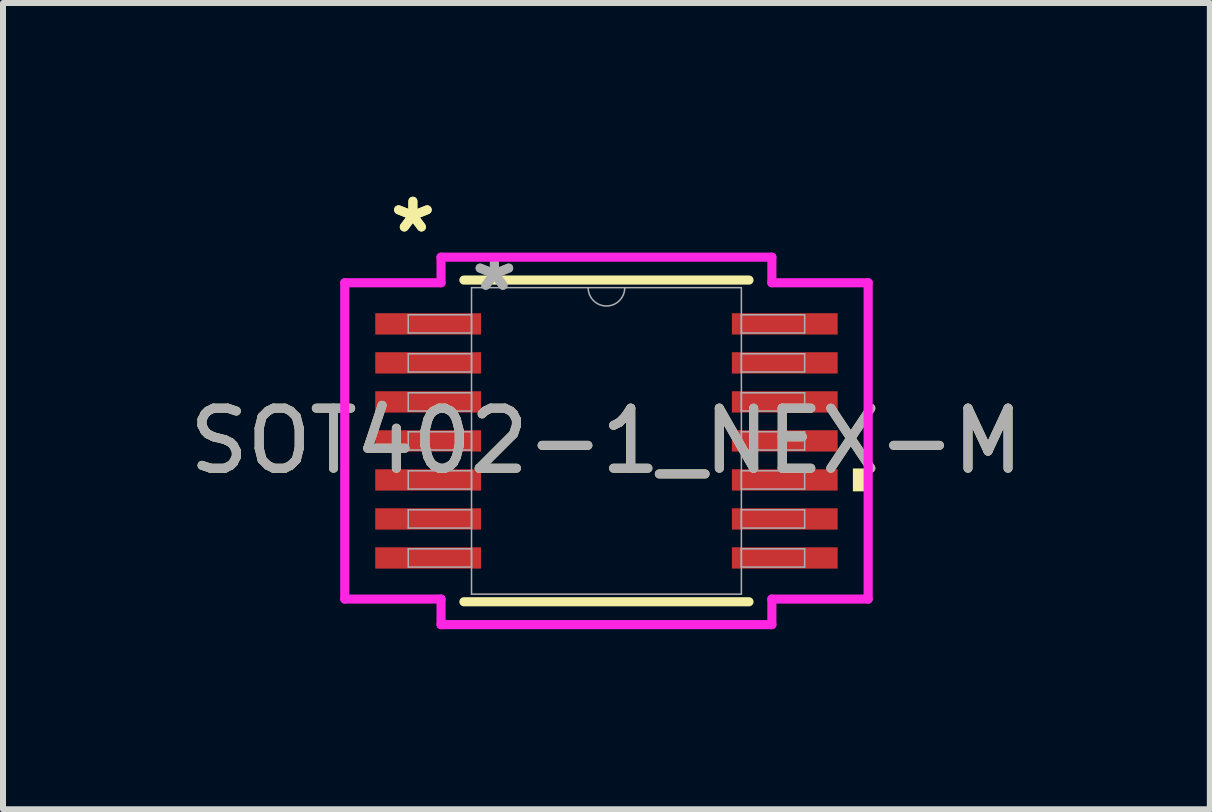
<source format=kicad_pcb>
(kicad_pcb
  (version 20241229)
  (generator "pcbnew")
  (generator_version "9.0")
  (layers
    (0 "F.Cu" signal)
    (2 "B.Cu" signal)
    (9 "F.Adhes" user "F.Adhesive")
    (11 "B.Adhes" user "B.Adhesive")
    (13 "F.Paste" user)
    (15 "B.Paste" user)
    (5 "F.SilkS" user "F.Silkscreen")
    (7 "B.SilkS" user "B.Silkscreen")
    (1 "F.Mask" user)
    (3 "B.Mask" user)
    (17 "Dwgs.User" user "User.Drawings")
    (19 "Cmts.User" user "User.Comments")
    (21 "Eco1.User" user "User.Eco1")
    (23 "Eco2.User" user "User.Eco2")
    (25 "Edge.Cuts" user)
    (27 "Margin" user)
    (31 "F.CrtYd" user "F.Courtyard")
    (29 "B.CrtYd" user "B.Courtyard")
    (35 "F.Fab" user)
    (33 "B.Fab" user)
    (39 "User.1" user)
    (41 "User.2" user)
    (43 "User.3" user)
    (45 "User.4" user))
  (footprint "SOT402-1_NEX-M"
    (layer "F.Cu")
    (at 7.054 4.296)
    (property "Reference" "SOT402-1_NEX-M" (at 0 0 0) (unlocked yes) (layer "F.SilkS") (effects (font (size 1 1) (thickness 0.15))))
    (attr smd)
    (fp_line (start -2.375 2.68) (end 2.375 2.68) (stroke (width 0.152) (type solid)) (layer "F.SilkS"))
    (fp_line (start 2.375 -2.68) (end -2.375 -2.68) (stroke (width 0.152) (type solid)) (layer "F.SilkS"))
    (fp_poly (pts (xy 4.36 0.459) (xy 4.36 0.84) (xy 4.106 0.84) (xy 4.106 0.459)) (stroke (width 0) (type solid)) (fill yes) (layer "F.SilkS"))
    (fp_line (start -4.36 -2.635) (end -2.756 -2.635) (stroke (width 0.152) (type solid)) (layer "F.CrtYd"))
    (fp_line (start -4.36 2.635) (end -4.36 -2.635) (stroke (width 0.152) (type solid)) (layer "F.CrtYd"))
    (fp_line (start -4.36 2.635) (end -2.756 2.635) (stroke (width 0.152) (type solid)) (layer "F.CrtYd"))
    (fp_line (start -2.756 -3.061) (end 2.756 -3.061) (stroke (width 0.152) (type solid)) (layer "F.CrtYd"))
    (fp_line (start -2.756 -2.635) (end -2.756 -3.061) (stroke (width 0.152) (type solid)) (layer "F.CrtYd"))
    (fp_line (start -2.756 3.061) (end -2.756 2.635) (stroke (width 0.152) (type solid)) (layer "F.CrtYd"))
    (fp_line (start 2.756 -3.061) (end 2.756 -2.635) (stroke (width 0.152) (type solid)) (layer "F.CrtYd"))
    (fp_line (start 2.756 2.635) (end 2.756 3.061) (stroke (width 0.152) (type solid)) (layer "F.CrtYd"))
    (fp_line (start 2.756 3.061) (end -2.756 3.061) (stroke (width 0.152) (type solid)) (layer "F.CrtYd"))
    (fp_line (start 4.36 -2.635) (end 2.756 -2.635) (stroke (width 0.152) (type solid)) (layer "F.CrtYd"))
    (fp_line (start 4.36 -2.635) (end 4.36 2.635) (stroke (width 0.152) (type solid)) (layer "F.CrtYd"))
    (fp_line (start 4.36 2.635) (end 2.756 2.635) (stroke (width 0.152) (type solid)) (layer "F.CrtYd"))
    (fp_line (start -3.302 -2.102) (end -3.302 -1.798) (stroke (width 0.025) (type solid)) (layer "F.Fab"))
    (fp_line (start -3.302 -1.798) (end -2.248 -1.798) (stroke (width 0.025) (type solid)) (layer "F.Fab"))
    (fp_line (start -3.302 -1.452) (end -3.302 -1.148) (stroke (width 0.025) (type solid)) (layer "F.Fab"))
    (fp_line (start -3.302 -1.148) (end -2.248 -1.148) (stroke (width 0.025) (type solid)) (layer "F.Fab"))
    (fp_line (start -3.302 -0.802) (end -3.302 -0.498) (stroke (width 0.025) (type solid)) (layer "F.Fab"))
    (fp_line (start -3.302 -0.498) (end -2.248 -0.498) (stroke (width 0.025) (type solid)) (layer "F.Fab"))
    (fp_line (start -3.302 -0.152) (end -3.302 0.152) (stroke (width 0.025) (type solid)) (layer "F.Fab"))
    (fp_line (start -3.302 0.152) (end -2.248 0.152) (stroke (width 0.025) (type solid)) (layer "F.Fab"))
    (fp_line (start -3.302 0.498) (end -3.302 0.802) (stroke (width 0.025) (type solid)) (layer "F.Fab"))
    (fp_line (start -3.302 0.802) (end -2.248 0.802) (stroke (width 0.025) (type solid)) (layer "F.Fab"))
    (fp_line (start -3.302 1.148) (end -3.302 1.452) (stroke (width 0.025) (type solid)) (layer "F.Fab"))
    (fp_line (start -3.302 1.452) (end -2.248 1.452) (stroke (width 0.025) (type solid)) (layer "F.Fab"))
    (fp_line (start -3.302 1.798) (end -3.302 2.102) (stroke (width 0.025) (type solid)) (layer "F.Fab"))
    (fp_line (start -3.302 2.102) (end -2.248 2.102) (stroke (width 0.025) (type solid)) (layer "F.Fab"))
    (fp_line (start -2.248 -2.553) (end -2.248 2.553) (stroke (width 0.025) (type solid)) (layer "F.Fab"))
    (fp_line (start -2.248 -2.102) (end -3.302 -2.102) (stroke (width 0.025) (type solid)) (layer "F.Fab"))
    (fp_line (start -2.248 -1.798) (end -2.248 -2.102) (stroke (width 0.025) (type solid)) (layer "F.Fab"))
    (fp_line (start -2.248 -1.452) (end -3.302 -1.452) (stroke (width 0.025) (type solid)) (layer "F.Fab"))
    (fp_line (start -2.248 -1.148) (end -2.248 -1.452) (stroke (width 0.025) (type solid)) (layer "F.Fab"))
    (fp_line (start -2.248 -0.802) (end -3.302 -0.802) (stroke (width 0.025) (type solid)) (layer "F.Fab"))
    (fp_line (start -2.248 -0.498) (end -2.248 -0.802) (stroke (width 0.025) (type solid)) (layer "F.Fab"))
    (fp_line (start -2.248 -0.152) (end -3.302 -0.152) (stroke (width 0.025) (type solid)) (layer "F.Fab"))
    (fp_line (start -2.248 0.152) (end -2.248 -0.152) (stroke (width 0.025) (type solid)) (layer "F.Fab"))
    (fp_line (start -2.248 0.498) (end -3.302 0.498) (stroke (width 0.025) (type solid)) (layer "F.Fab"))
    (fp_line (start -2.248 0.802) (end -2.248 0.498) (stroke (width 0.025) (type solid)) (layer "F.Fab"))
    (fp_line (start -2.248 1.148) (end -3.302 1.148) (stroke (width 0.025) (type solid)) (layer "F.Fab"))
    (fp_line (start -2.248 1.452) (end -2.248 1.148) (stroke (width 0.025) (type solid)) (layer "F.Fab"))
    (fp_line (start -2.248 1.798) (end -3.302 1.798) (stroke (width 0.025) (type solid)) (layer "F.Fab"))
    (fp_line (start -2.248 2.102) (end -2.248 1.798) (stroke (width 0.025) (type solid)) (layer "F.Fab"))
    (fp_line (start -2.248 2.553) (end 2.248 2.553) (stroke (width 0.025) (type solid)) (layer "F.Fab"))
    (fp_line (start 2.248 -2.553) (end -2.248 -2.553) (stroke (width 0.025) (type solid)) (layer "F.Fab"))
    (fp_line (start 2.248 -2.102) (end 2.248 -1.798) (stroke (width 0.025) (type solid)) (layer "F.Fab"))
    (fp_line (start 2.248 -1.798) (end 3.302 -1.798) (stroke (width 0.025) (type solid)) (layer "F.Fab"))
    (fp_line (start 2.248 -1.452) (end 2.248 -1.148) (stroke (width 0.025) (type solid)) (layer "F.Fab"))
    (fp_line (start 2.248 -1.148) (end 3.302 -1.148) (stroke (width 0.025) (type solid)) (layer "F.Fab"))
    (fp_line (start 2.248 -0.802) (end 2.248 -0.498) (stroke (width 0.025) (type solid)) (layer "F.Fab"))
    (fp_line (start 2.248 -0.498) (end 3.302 -0.498) (stroke (width 0.025) (type solid)) (layer "F.Fab"))
    (fp_line (start 2.248 -0.152) (end 2.248 0.152) (stroke (width 0.025) (type solid)) (layer "F.Fab"))
    (fp_line (start 2.248 0.152) (end 3.302 0.152) (stroke (width 0.025) (type solid)) (layer "F.Fab"))
    (fp_line (start 2.248 0.498) (end 2.248 0.802) (stroke (width 0.025) (type solid)) (layer "F.Fab"))
    (fp_line (start 2.248 0.802) (end 3.302 0.802) (stroke (width 0.025) (type solid)) (layer "F.Fab"))
    (fp_line (start 2.248 1.148) (end 2.248 1.452) (stroke (width 0.025) (type solid)) (layer "F.Fab"))
    (fp_line (start 2.248 1.452) (end 3.302 1.452) (stroke (width 0.025) (type solid)) (layer "F.Fab"))
    (fp_line (start 2.248 1.798) (end 2.248 2.102) (stroke (width 0.025) (type solid)) (layer "F.Fab"))
    (fp_line (start 2.248 2.102) (end 3.302 2.102) (stroke (width 0.025) (type solid)) (layer "F.Fab"))
    (fp_line (start 2.248 2.553) (end 2.248 -2.553) (stroke (width 0.025) (type solid)) (layer "F.Fab"))
    (fp_line (start 3.302 -2.102) (end 2.248 -2.102) (stroke (width 0.025) (type solid)) (layer "F.Fab"))
    (fp_line (start 3.302 -1.798) (end 3.302 -2.102) (stroke (width 0.025) (type solid)) (layer "F.Fab"))
    (fp_line (start 3.302 -1.452) (end 2.248 -1.452) (stroke (width 0.025) (type solid)) (layer "F.Fab"))
    (fp_line (start 3.302 -1.148) (end 3.302 -1.452) (stroke (width 0.025) (type solid)) (layer "F.Fab"))
    (fp_line (start 3.302 -0.802) (end 2.248 -0.802) (stroke (width 0.025) (type solid)) (layer "F.Fab"))
    (fp_line (start 3.302 -0.498) (end 3.302 -0.802) (stroke (width 0.025) (type solid)) (layer "F.Fab"))
    (fp_line (start 3.302 -0.152) (end 2.248 -0.152) (stroke (width 0.025) (type solid)) (layer "F.Fab"))
    (fp_line (start 3.302 0.152) (end 3.302 -0.152) (stroke (width 0.025) (type solid)) (layer "F.Fab"))
    (fp_line (start 3.302 0.498) (end 2.248 0.498) (stroke (width 0.025) (type solid)) (layer "F.Fab"))
    (fp_line (start 3.302 0.802) (end 3.302 0.498) (stroke (width 0.025) (type solid)) (layer "F.Fab"))
    (fp_line (start 3.302 1.148) (end 2.248 1.148) (stroke (width 0.025) (type solid)) (layer "F.Fab"))
    (fp_line (start 3.302 1.452) (end 3.302 1.148) (stroke (width 0.025) (type solid)) (layer "F.Fab"))
    (fp_line (start 3.302 1.798) (end 2.248 1.798) (stroke (width 0.025) (type solid)) (layer "F.Fab"))
    (fp_line (start 3.302 2.102) (end 3.302 1.798) (stroke (width 0.025) (type solid)) (layer "F.Fab"))
    (fp_arc (start 0.3048 -2.5527) (mid 0 -2.2479) (end -0.3048 -2.5527) (stroke (width 0.0254) (type solid)) (layer "F.Fab"))
    (fp_text user "*" (at -3.225 -3.448 0) (unlocked yes) (layer "F.SilkS") (effects (font (size 1 1) (thickness 0.15))))
    (fp_text user "*" (at -3.225 -3.448 0) (layer "F.SilkS") (effects (font (size 1 1) (thickness 0.15))))
    (fp_text user "*" (at -1.867 -2.477 0) (unlocked yes) (layer "F.Fab") (effects (font (size 1 1) (thickness 0.15))))
    (fp_text user "${REFERENCE}" (at 0 0 0) (unlocked yes) (layer "F.Fab") (effects (font (size 1 1) (thickness 0.15))))
    (fp_text user "*" (at -1.867 -2.477 0) (layer "F.Fab") (effects (font (size 1 1) (thickness 0.15))))
    (pad "1" smd rect (at -2.971 -1.95) (size 1.762 0.355) (layers "F.Cu" "F.Mask" "F.Paste"))
    (pad "2" smd rect (at -2.971 -1.3) (size 1.762 0.355) (layers "F.Cu" "F.Mask" "F.Paste"))
    (pad "3" smd rect (at -2.971 -0.65) (size 1.762 0.355) (layers "F.Cu" "F.Mask" "F.Paste"))
    (pad "4" smd rect (at -2.971 0) (size 1.762 0.355) (layers "F.Cu" "F.Mask" "F.Paste"))
    (pad "5" smd rect (at -2.971 0.65) (size 1.762 0.355) (layers "F.Cu" "F.Mask" "F.Paste"))
    (pad "6" smd rect (at -2.971 1.3) (size 1.762 0.355) (layers "F.Cu" "F.Mask" "F.Paste"))
    (pad "7" smd rect (at -2.971 1.95) (size 1.762 0.355) (layers "F.Cu" "F.Mask" "F.Paste"))
    (pad "8" smd rect (at 2.971 1.95) (size 1.762 0.355) (layers "F.Cu" "F.Mask" "F.Paste"))
    (pad "9" smd rect (at 2.971 1.3) (size 1.762 0.355) (layers "F.Cu" "F.Mask" "F.Paste"))
    (pad "10" smd rect (at 2.971 0.65) (size 1.762 0.355) (layers "F.Cu" "F.Mask" "F.Paste"))
    (pad "11" smd rect (at 2.971 0) (size 1.762 0.355) (layers "F.Cu" "F.Mask" "F.Paste"))
    (pad "12" smd rect (at 2.971 -0.65) (size 1.762 0.355) (layers "F.Cu" "F.Mask" "F.Paste"))
    (pad "13" smd rect (at 2.971 -1.3) (size 1.762 0.355) (layers "F.Cu" "F.Mask" "F.Paste"))
    (pad "14" smd rect (at 2.971 -1.95) (size 1.762 0.355) (layers "F.Cu" "F.Mask" "F.Paste")))
  (gr_rect
    (start -3 -3)
    (end 17.107 10.433)
    (stroke (width 0.1) (type default))
    (fill no)
    (layer "Edge.Cuts")))
</source>
